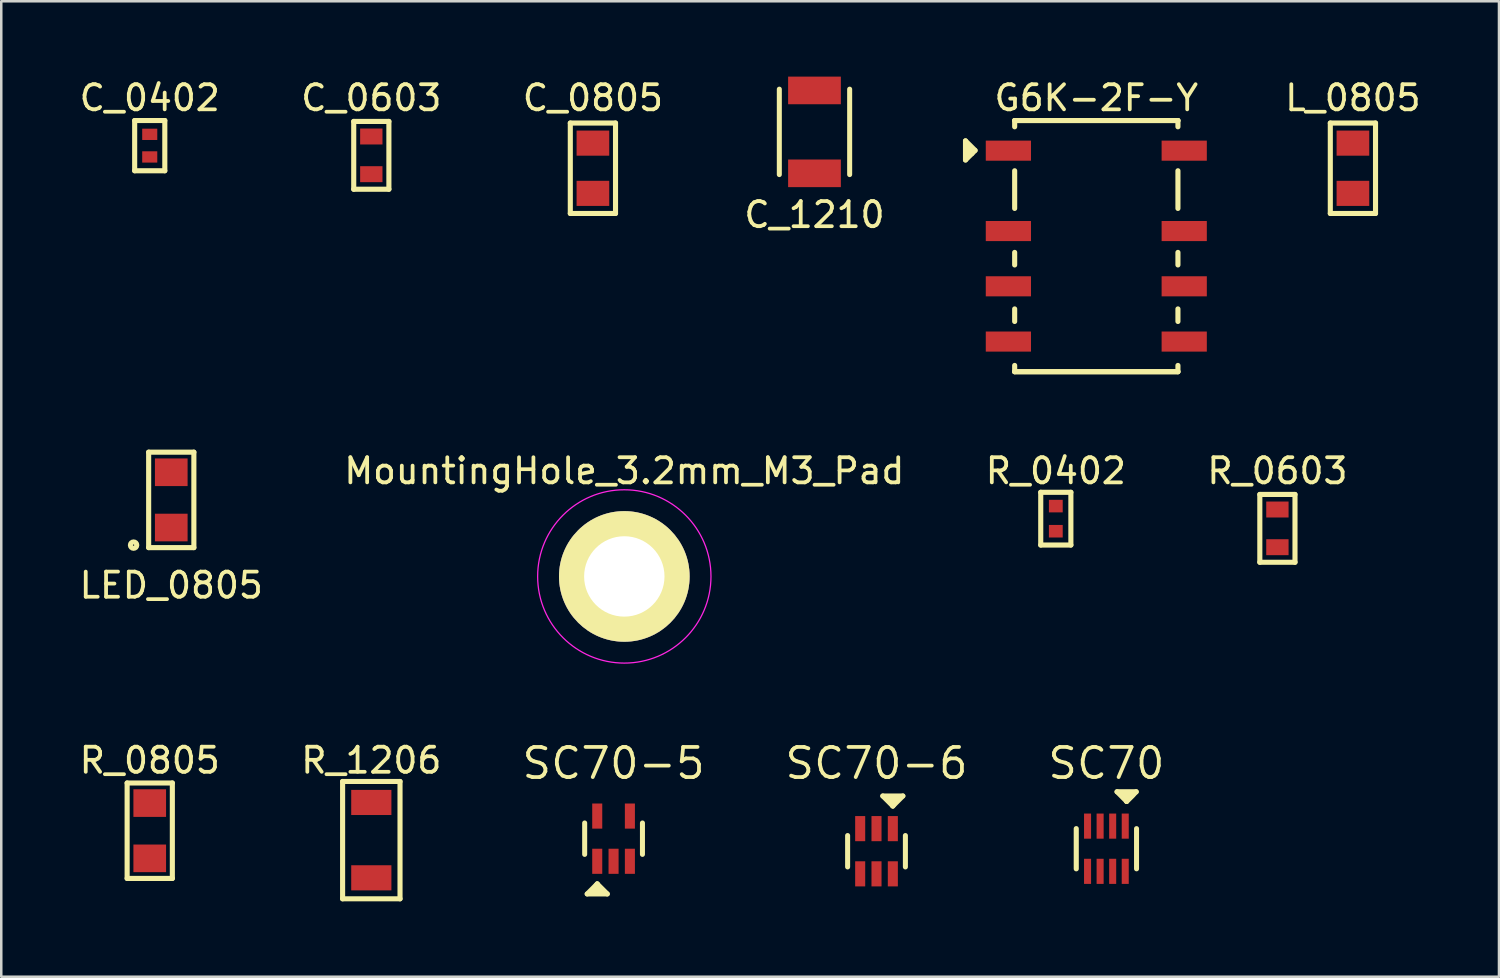
<source format=kicad_pcb>
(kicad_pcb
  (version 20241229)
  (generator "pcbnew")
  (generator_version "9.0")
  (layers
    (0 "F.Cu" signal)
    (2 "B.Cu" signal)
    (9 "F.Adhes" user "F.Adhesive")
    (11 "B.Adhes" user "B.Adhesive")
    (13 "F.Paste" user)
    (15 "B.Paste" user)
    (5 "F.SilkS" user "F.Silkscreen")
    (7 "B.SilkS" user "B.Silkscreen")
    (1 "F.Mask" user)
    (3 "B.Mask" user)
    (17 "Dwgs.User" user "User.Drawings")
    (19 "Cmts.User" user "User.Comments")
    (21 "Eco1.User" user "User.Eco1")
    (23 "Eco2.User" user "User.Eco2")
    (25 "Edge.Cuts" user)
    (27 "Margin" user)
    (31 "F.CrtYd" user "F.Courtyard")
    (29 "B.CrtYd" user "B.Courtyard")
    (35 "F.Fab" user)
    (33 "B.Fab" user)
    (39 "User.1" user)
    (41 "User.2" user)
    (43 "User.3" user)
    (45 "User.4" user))
  (footprint "SC70-5"
    (layer "F.Cu")
    (at 21.376 30.338)
    (property "Reference" "SC70-5" (at 0 -3 0) (layer "F.SilkS") (effects (font (size 1.2 1.2) (thickness 0.15))))
    (attr smd)
    (fp_line (start -1.15 0.625) (end -1.15 -0.625) (stroke (width 0.2) (type solid)) (layer "F.SilkS"))
    (fp_line (start -1.05 2.2) (end -0.25 2.2) (stroke (width 0.2) (type solid)) (layer "F.SilkS"))
    (fp_line (start -0.85 2.1) (end -0.45 2.1) (stroke (width 0.2) (type solid)) (layer "F.SilkS"))
    (fp_line (start -0.65 1.8) (end -1.05 2.2) (stroke (width 0.2) (type solid)) (layer "F.SilkS"))
    (fp_line (start -0.65 1.8) (end -0.85 2.1) (stroke (width 0.2) (type solid)) (layer "F.SilkS"))
    (fp_line (start -0.45 2.1) (end -0.65 2) (stroke (width 0.2) (type solid)) (layer "F.SilkS"))
    (fp_line (start -0.25 2.2) (end -0.65 1.8) (stroke (width 0.2) (type solid)) (layer "F.SilkS"))
    (fp_line (start 1.15 0.625) (end 1.15 -0.625) (stroke (width 0.2) (type solid)) (layer "F.SilkS"))
    (pad "1" smd rect (at -0.65 0.9) (size 0.4 1) (layers "F.Cu" "F.Mask" "F.Paste"))
    (pad "2" smd rect (at 0 0.9) (size 0.4 1) (layers "F.Cu" "F.Mask" "F.Paste"))
    (pad "3" smd rect (at 0.65 0.9) (size 0.4 1) (layers "F.Cu" "F.Mask" "F.Paste"))
    (pad "4" smd rect (at 0.65 -0.9) (size 0.4 1) (layers "F.Cu" "F.Mask" "F.Paste"))
    (pad "5" smd rect (at -0.65 -0.9) (size 0.4 1) (layers "F.Cu" "F.Mask" "F.Paste")))
  (footprint "C_0603"
    (layer "F.Cu")
    (at 11.732 3.134)
    (property "Reference" "C_0603" (at 0 -2.286 0) (layer "F.SilkS") (effects (font (size 1 1) (thickness 0.15))))
    (attr smd)
    (fp_line (start -0.7 -1.35) (end 0.7 -1.35) (stroke (width 0.203) (type solid)) (layer "F.SilkS"))
    (fp_line (start -0.7 1.35) (end -0.7 -1.35) (stroke (width 0.203) (type solid)) (layer "F.SilkS"))
    (fp_line (start 0.7 -1.35) (end 0.7 1.35) (stroke (width 0.203) (type solid)) (layer "F.SilkS"))
    (fp_line (start 0.7 1.35) (end -0.7 1.35) (stroke (width 0.203) (type solid)) (layer "F.SilkS"))
    (pad "1" smd rect (at 0 -0.75 270) (size 0.635 0.889) (layers "F.Cu" "F.Mask" "F.Paste"))
    (pad "2" smd rect (at 0 0.75 270) (size 0.635 0.889) (layers "F.Cu" "F.Mask" "F.Paste")))
  (footprint "SC70-6"
    (layer "F.Cu")
    (at 31.844 30.838)
    (property "Reference" "SC70-6" (at 0 -3.5 0) (layer "F.SilkS") (effects (font (size 1.2 1.2) (thickness 0.15))))
    (attr smd)
    (fp_line (start -1.15 -0.625) (end -1.15 0.625) (stroke (width 0.2) (type solid)) (layer "F.SilkS"))
    (fp_line (start 0.25 -2.2) (end 0.65 -1.8) (stroke (width 0.2) (type solid)) (layer "F.SilkS"))
    (fp_line (start 0.45 -2.1) (end 0.65 -2) (stroke (width 0.2) (type solid)) (layer "F.SilkS"))
    (fp_line (start 0.65 -1.8) (end 0.85 -2.1) (stroke (width 0.2) (type solid)) (layer "F.SilkS"))
    (fp_line (start 0.65 -1.8) (end 1.05 -2.2) (stroke (width 0.2) (type solid)) (layer "F.SilkS"))
    (fp_line (start 0.85 -2.1) (end 0.45 -2.1) (stroke (width 0.2) (type solid)) (layer "F.SilkS"))
    (fp_line (start 1.05 -2.2) (end 0.25 -2.2) (stroke (width 0.2) (type solid)) (layer "F.SilkS"))
    (fp_line (start 1.15 -0.625) (end 1.15 0.625) (stroke (width 0.2) (type solid)) (layer "F.SilkS"))
    (pad "1" smd rect (at 0.65 -0.9 180) (size 0.4 1) (layers "F.Cu" "F.Mask" "F.Paste"))
    (pad "2" smd rect (at 0 -0.9 180) (size 0.4 1) (layers "F.Cu" "F.Mask" "F.Paste"))
    (pad "3" smd rect (at -0.65 -0.9 180) (size 0.4 1) (layers "F.Cu" "F.Mask" "F.Paste"))
    (pad "4" smd rect (at -0.65 0.9 180) (size 0.4 1) (layers "F.Cu" "F.Mask" "F.Paste"))
    (pad "5" smd rect (at 0 0.9 180) (size 0.4 1) (layers "F.Cu" "F.Mask" "F.Paste"))
    (pad "6" smd rect (at 0.65 0.9 180) (size 0.4 1) (layers "F.Cu" "F.Mask" "F.Paste")))
  (footprint "R_0805"
    (layer "F.Cu")
    (at 2.911 30.021)
    (property "Reference" "R_0805" (at 0 -2.8 0) (layer "F.SilkS") (effects (font (size 1 1) (thickness 0.15))))
    (attr smd)
    (fp_line (start -0.9 -1.9) (end 0.9 -1.9) (stroke (width 0.203) (type solid)) (layer "F.SilkS"))
    (fp_line (start -0.9 1.9) (end -0.9 -1.9) (stroke (width 0.203) (type solid)) (layer "F.SilkS"))
    (fp_line (start 0.9 -1.9) (end 0.9 1.9) (stroke (width 0.203) (type solid)) (layer "F.SilkS"))
    (fp_line (start 0.9 1.9) (end -0.9 1.9) (stroke (width 0.203) (type solid)) (layer "F.SilkS"))
    (pad "1" smd rect (at 0 -1.1 270) (size 1.1 1.3) (layers "F.Cu" "F.Mask" "F.Paste"))
    (pad "2" smd rect (at 0 1.1 270) (size 1.1 1.3) (layers "F.Cu" "F.Mask" "F.Paste")))
  (footprint "L_0805"
    (layer "F.Cu")
    (at 50.81 3.648)
    (property "Reference" "L_0805" (at 0 -2.8 0) (layer "F.SilkS") (effects (font (size 1 1) (thickness 0.15))))
    (attr smd)
    (fp_line (start -0.9 -1.8) (end 0.9 -1.8) (stroke (width 0.203) (type solid)) (layer "F.SilkS"))
    (fp_line (start -0.9 1.8) (end -0.9 -1.8) (stroke (width 0.203) (type solid)) (layer "F.SilkS"))
    (fp_line (start 0.9 -1.8) (end 0.9 1.8) (stroke (width 0.203) (type solid)) (layer "F.SilkS"))
    (fp_line (start 0.9 1.8) (end -0.9 1.8) (stroke (width 0.203) (type solid)) (layer "F.SilkS"))
    (pad "1" smd rect (at 0 -1 270) (size 1 1.3) (layers "F.Cu" "F.Mask" "F.Paste"))
    (pad "2" smd rect (at 0 1 270) (size 1 1.3) (layers "F.Cu" "F.Mask" "F.Paste")))
  (footprint "G6K-2F-Y"
    (layer "F.Cu")
    (at 40.594 6.748)
    (property "Reference" "G6K-2F-Y" (at 0 -5.9 0) (layer "F.SilkS") (effects (font (size 1 1) (thickness 0.15))))
    (attr through_hole)
    (fp_line (start -5.207 -4.191) (end -5.207 -3.429) (stroke (width 0.203) (type solid)) (layer "F.SilkS"))
    (fp_line (start -5.207 -3.429) (end -4.826 -3.81) (stroke (width 0.203) (type solid)) (layer "F.SilkS"))
    (fp_line (start -5.08 -3.937) (end -5.08 -3.683) (stroke (width 0.203) (type solid)) (layer "F.SilkS"))
    (fp_line (start -4.953 -3.683) (end -4.953 -3.81) (stroke (width 0.203) (type solid)) (layer "F.SilkS"))
    (fp_line (start -4.826 -3.81) (end -5.207 -4.191) (stroke (width 0.203) (type solid)) (layer "F.SilkS"))
    (fp_line (start -3.25 -5) (end -3.25 -4.75) (stroke (width 0.203) (type solid)) (layer "F.SilkS"))
    (fp_line (start -3.25 -5) (end 3.25 -5) (stroke (width 0.203) (type solid)) (layer "F.SilkS"))
    (fp_line (start -3.25 -3) (end -3.25 -1.5) (stroke (width 0.203) (type solid)) (layer "F.SilkS"))
    (fp_line (start -3.25 0.25) (end -3.25 0.75) (stroke (width 0.203) (type solid)) (layer "F.SilkS"))
    (fp_line (start -3.25 2.5) (end -3.25 3) (stroke (width 0.203) (type solid)) (layer "F.SilkS"))
    (fp_line (start -3.25 4.75) (end -3.25 5) (stroke (width 0.203) (type solid)) (layer "F.SilkS"))
    (fp_line (start -3.25 5) (end 3.25 5) (stroke (width 0.203) (type solid)) (layer "F.SilkS"))
    (fp_line (start 3.25 -5) (end -3.25 -5) (stroke (width 0.203) (type solid)) (layer "F.SilkS"))
    (fp_line (start 3.25 -4.75) (end 3.25 -5) (stroke (width 0.203) (type solid)) (layer "F.SilkS"))
    (fp_line (start 3.25 -1.5) (end 3.25 -3) (stroke (width 0.203) (type solid)) (layer "F.SilkS"))
    (fp_line (start 3.25 0.75) (end 3.25 0.25) (stroke (width 0.203) (type solid)) (layer "F.SilkS"))
    (fp_line (start 3.25 3) (end 3.25 2.5) (stroke (width 0.203) (type solid)) (layer "F.SilkS"))
    (fp_line (start 3.25 5) (end -3.25 5) (stroke (width 0.203) (type solid)) (layer "F.SilkS"))
    (fp_line (start 3.25 5) (end 3.25 4.75) (stroke (width 0.203) (type solid)) (layer "F.SilkS"))
    (pad "1" smd rect (at -3.5 -3.8 270) (size 0.8 1.8) (layers "F.Cu" "F.Mask" "F.Paste"))
    (pad "2" smd rect (at -3.5 -0.6 270) (size 0.8 1.8) (layers "F.Cu" "F.Mask" "F.Paste"))
    (pad "3" smd rect (at -3.5 1.6 270) (size 0.8 1.8) (layers "F.Cu" "F.Mask" "F.Paste"))
    (pad "4" smd rect (at -3.5 3.8 270) (size 0.8 1.8) (layers "F.Cu" "F.Mask" "F.Paste"))
    (pad "5" smd rect (at 3.5 3.8 270) (size 0.8 1.8) (layers "F.Cu" "F.Mask" "F.Paste"))
    (pad "6" smd rect (at 3.5 1.6 270) (size 0.8 1.8) (layers "F.Cu" "F.Mask" "F.Paste"))
    (pad "7" smd rect (at 3.5 -0.6 270) (size 0.8 1.8) (layers "F.Cu" "F.Mask" "F.Paste"))
    (pad "8" smd rect (at 3.5 -3.8 270) (size 0.8 1.8) (layers "F.Cu" "F.Mask" "F.Paste")))
  (footprint "C_1210"
    (layer "F.Cu")
    (at 29.375 2.2)
    (property "Reference" "C_1210" (at 0 3.3 0) (layer "F.SilkS") (effects (font (size 1 1) (thickness 0.15))))
    (attr smd)
    (fp_line (start -1.4 -1.7) (end -1.4 1.7) (stroke (width 0.2) (type solid)) (layer "F.SilkS"))
    (fp_line (start 1.4 -1.7) (end 1.4 1.7) (stroke (width 0.2) (type solid)) (layer "F.SilkS"))
    (pad "1" smd rect (at 0 1.65) (size 2.1 1.1) (layers "F.Cu" "F.Mask" "F.Paste"))
    (pad "2" smd rect (at 0 -1.65) (size 2.1 1.1) (layers "F.Cu" "F.Mask" "F.Paste")))
  (footprint "R_0402"
    (layer "F.Cu")
    (at 38.982 17.598)
    (property "Reference" "R_0402" (at 0 -1.9 180) (layer "F.SilkS") (effects (font (size 1 1) (thickness 0.15))))
    (attr smd)
    (fp_line (start -0.6 -1.05) (end -0.6 1.05) (stroke (width 0.203) (type solid)) (layer "F.SilkS"))
    (fp_line (start 0.6 -1.05) (end -0.6 -1.05) (stroke (width 0.203) (type solid)) (layer "F.SilkS"))
    (fp_line (start 0.6 1.05) (end -0.6 1.05) (stroke (width 0.203) (type solid)) (layer "F.SilkS"))
    (fp_line (start 0.6 1.05) (end 0.6 -1.05) (stroke (width 0.203) (type solid)) (layer "F.SilkS"))
    (pad "1" smd rect (at 0 -0.5 270) (size 0.5 0.55) (layers "F.Cu" "F.Mask" "F.Paste"))
    (pad "2" smd rect (at 0 0.5 270) (size 0.5 0.55) (layers "F.Cu" "F.Mask" "F.Paste")))
  (footprint "C_0402"
    (layer "F.Cu")
    (at 2.911 2.748)
    (property "Reference" "C_0402" (at 0 -1.9 0) (layer "F.SilkS") (effects (font (size 1 1) (thickness 0.15))))
    (attr smd)
    (fp_line (start -0.6 -1) (end -0.6 1) (stroke (width 0.203) (type solid)) (layer "F.SilkS"))
    (fp_line (start 0.6 -1) (end -0.6 -1) (stroke (width 0.203) (type solid)) (layer "F.SilkS"))
    (fp_line (start 0.6 1) (end -0.6 1) (stroke (width 0.203) (type solid)) (layer "F.SilkS"))
    (fp_line (start 0.6 1) (end 0.6 -1) (stroke (width 0.203) (type solid)) (layer "F.SilkS"))
    (pad "1" smd rect (at 0 -0.45 270) (size 0.45 0.6) (layers "F.Cu" "F.Mask" "F.Paste"))
    (pad "2" smd rect (at 0 0.45 270) (size 0.45 0.6) (layers "F.Cu" "F.Mask" "F.Paste")))
  (footprint "R_0603"
    (layer "F.Cu")
    (at 47.804 17.984)
    (property "Reference" "R_0603" (at 0 -2.286 0) (layer "F.SilkS") (effects (font (size 1 1) (thickness 0.15))))
    (attr smd)
    (fp_line (start -0.7 -1.35) (end 0.7 -1.35) (stroke (width 0.203) (type solid)) (layer "F.SilkS"))
    (fp_line (start -0.7 1.35) (end -0.7 -1.35) (stroke (width 0.203) (type solid)) (layer "F.SilkS"))
    (fp_line (start 0.7 -1.35) (end 0.7 1.35) (stroke (width 0.203) (type solid)) (layer "F.SilkS"))
    (fp_line (start 0.7 1.35) (end -0.7 1.35) (stroke (width 0.203) (type solid)) (layer "F.SilkS"))
    (pad "1" smd rect (at 0 -0.75 270) (size 0.635 0.889) (layers "F.Cu" "F.Mask" "F.Paste"))
    (pad "2" smd rect (at 0 0.75 270) (size 0.635 0.889) (layers "F.Cu" "F.Mask" "F.Paste")))
  (footprint "C_0805"
    (layer "F.Cu")
    (at 20.554 3.648)
    (property "Reference" "C_0805" (at 0 -2.8 0) (layer "F.SilkS") (effects (font (size 1 1) (thickness 0.15))))
    (attr smd)
    (fp_line (start -0.9 -1.8) (end 0.9 -1.8) (stroke (width 0.203) (type solid)) (layer "F.SilkS"))
    (fp_line (start -0.9 1.8) (end -0.9 -1.8) (stroke (width 0.203) (type solid)) (layer "F.SilkS"))
    (fp_line (start 0.9 -1.8) (end 0.9 1.8) (stroke (width 0.203) (type solid)) (layer "F.SilkS"))
    (fp_line (start 0.9 1.8) (end -0.9 1.8) (stroke (width 0.203) (type solid)) (layer "F.SilkS"))
    (pad "1" smd rect (at 0 -1 270) (size 1 1.3) (layers "F.Cu" "F.Mask" "F.Paste"))
    (pad "2" smd rect (at 0 1 270) (size 1 1.3) (layers "F.Cu" "F.Mask" "F.Paste")))
  (footprint "MountingHole_3.2mm_M3_Pad"
    (layer "F.Cu")
    (at 21.804 19.898)
    (property "Reference" "MountingHole_3.2mm_M3_Pad" (at 0 -4.2 0) (layer "F.SilkS") (effects (font (size 1 1) (thickness 0.15))))
    (attr through_hole)
    (fp_circle (center 0 0) (end 3.45 0) (stroke (width 0.05) (type solid)) (fill no) (layer "F.CrtYd"))
    (pad "1" thru_hole circle (at 0 0) (size 5.2 5.2) (drill 3.2) (layers "*.Cu" "*.Mask" "F.SilkS")))
  (footprint "LED_0805"
    (layer "F.Cu")
    (at 3.768 16.851)
    (property "Reference" "LED_0805" (at 0 3.4 180) (layer "F.SilkS") (effects (font (size 1 1) (thickness 0.15))))
    (attr smd)
    (fp_line (start -0.9 -1.9) (end 0.9 -1.9) (stroke (width 0.203) (type solid)) (layer "F.SilkS"))
    (fp_line (start -0.9 1.9) (end -0.9 -1.9) (stroke (width 0.203) (type solid)) (layer "F.SilkS"))
    (fp_line (start 0.9 -1.9) (end 0.9 1.9) (stroke (width 0.203) (type solid)) (layer "F.SilkS"))
    (fp_line (start 0.9 1.9) (end -0.9 1.9) (stroke (width 0.203) (type solid)) (layer "F.SilkS"))
    (fp_circle (center -1.5 1.8) (end -1.627 1.8) (stroke (width 0.203) (type solid)) (fill no) (layer "F.SilkS"))
    (pad "1" smd rect (at 0 1.1 90) (size 1.1 1.3) (layers "F.Cu" "F.Mask" "F.Paste"))
    (pad "2" smd rect (at 0 -1.1 90) (size 1.1 1.3) (layers "F.Cu" "F.Mask" "F.Paste")))
  (footprint "SC70"
    (layer "F.Cu")
    (at 40.996 30.738)
    (property "Reference" "SC70" (at 0 -3.4 0) (layer "F.SilkS") (effects (font (size 1.2 1.2) (thickness 0.15))))
    (attr smd)
    (fp_line (start -1.2 -0.8) (end -1.2 0.8) (stroke (width 0.203) (type solid)) (layer "F.SilkS"))
    (fp_line (start 0.424 -2.268) (end 0.805 -1.887) (stroke (width 0.203) (type solid)) (layer "F.SilkS"))
    (fp_line (start 0.805 -1.887) (end 0.932 -2.141) (stroke (width 0.203) (type solid)) (layer "F.SilkS"))
    (fp_line (start 0.805 -1.887) (end 1.059 -2.141) (stroke (width 0.203) (type solid)) (layer "F.SilkS"))
    (fp_line (start 0.805 -1.887) (end 1.186 -2.268) (stroke (width 0.203) (type solid)) (layer "F.SilkS"))
    (fp_line (start 0.932 -2.141) (end 0.678 -2.141) (stroke (width 0.203) (type solid)) (layer "F.SilkS"))
    (fp_line (start 1.186 -2.268) (end 0.424 -2.268) (stroke (width 0.203) (type solid)) (layer "F.SilkS"))
    (fp_line (start 1.2 0.8) (end 1.2 -0.8) (stroke (width 0.2) (type solid)) (layer "F.SilkS"))
    (pad "1" smd rect (at 0.75 -0.9) (size 0.28 1) (layers "F.Cu" "F.Mask" "F.Paste"))
    (pad "2" smd rect (at 0.25 -0.9) (size 0.28 1) (layers "F.Cu" "F.Mask" "F.Paste"))
    (pad "3" smd rect (at -0.25 -0.9) (size 0.28 1) (layers "F.Cu" "F.Mask" "F.Paste"))
    (pad "4" smd rect (at -0.75 -0.9) (size 0.28 1) (layers "F.Cu" "F.Mask" "F.Paste"))
    (pad "5" smd rect (at -0.75 0.9) (size 0.28 1) (layers "F.Cu" "F.Mask" "F.Paste"))
    (pad "6" smd rect (at -0.25 0.9) (size 0.28 1) (layers "F.Cu" "F.Mask" "F.Paste"))
    (pad "7" smd rect (at 0.25 0.9) (size 0.28 1) (layers "F.Cu" "F.Mask" "F.Paste"))
    (pad "8" smd rect (at 0.75 0.9) (size 0.28 1) (layers "F.Cu" "F.Mask" "F.Paste")))
  (footprint "R_1206"
    (layer "F.Cu")
    (at 11.732 30.396)
    (property "Reference" "R_1206" (at 0 -3.175 0) (layer "F.SilkS") (effects (font (size 1 1) (thickness 0.15))))
    (attr smd)
    (fp_line (start -1.143 -2.336) (end 1.143 -2.336) (stroke (width 0.203) (type solid)) (layer "F.SilkS"))
    (fp_line (start -1.143 2.336) (end -1.143 -2.336) (stroke (width 0.203) (type solid)) (layer "F.SilkS"))
    (fp_line (start 1.143 -2.336) (end 1.143 2.336) (stroke (width 0.203) (type solid)) (layer "F.SilkS"))
    (fp_line (start 1.143 2.336) (end -1.143 2.336) (stroke (width 0.203) (type solid)) (layer "F.SilkS"))
    (pad "1" smd rect (at 0 -1.5 270) (size 1 1.6) (layers "F.Cu" "F.Mask" "F.Paste"))
    (pad "2" smd rect (at 0 1.5 270) (size 1 1.6) (layers "F.Cu" "F.Mask" "F.Paste")))
  (gr_rect
    (start -3 -3)
    (end 56.625 35.834)
    (stroke (width 0.1) (type default))
    (fill no)
    (layer "Edge.Cuts")))
</source>
